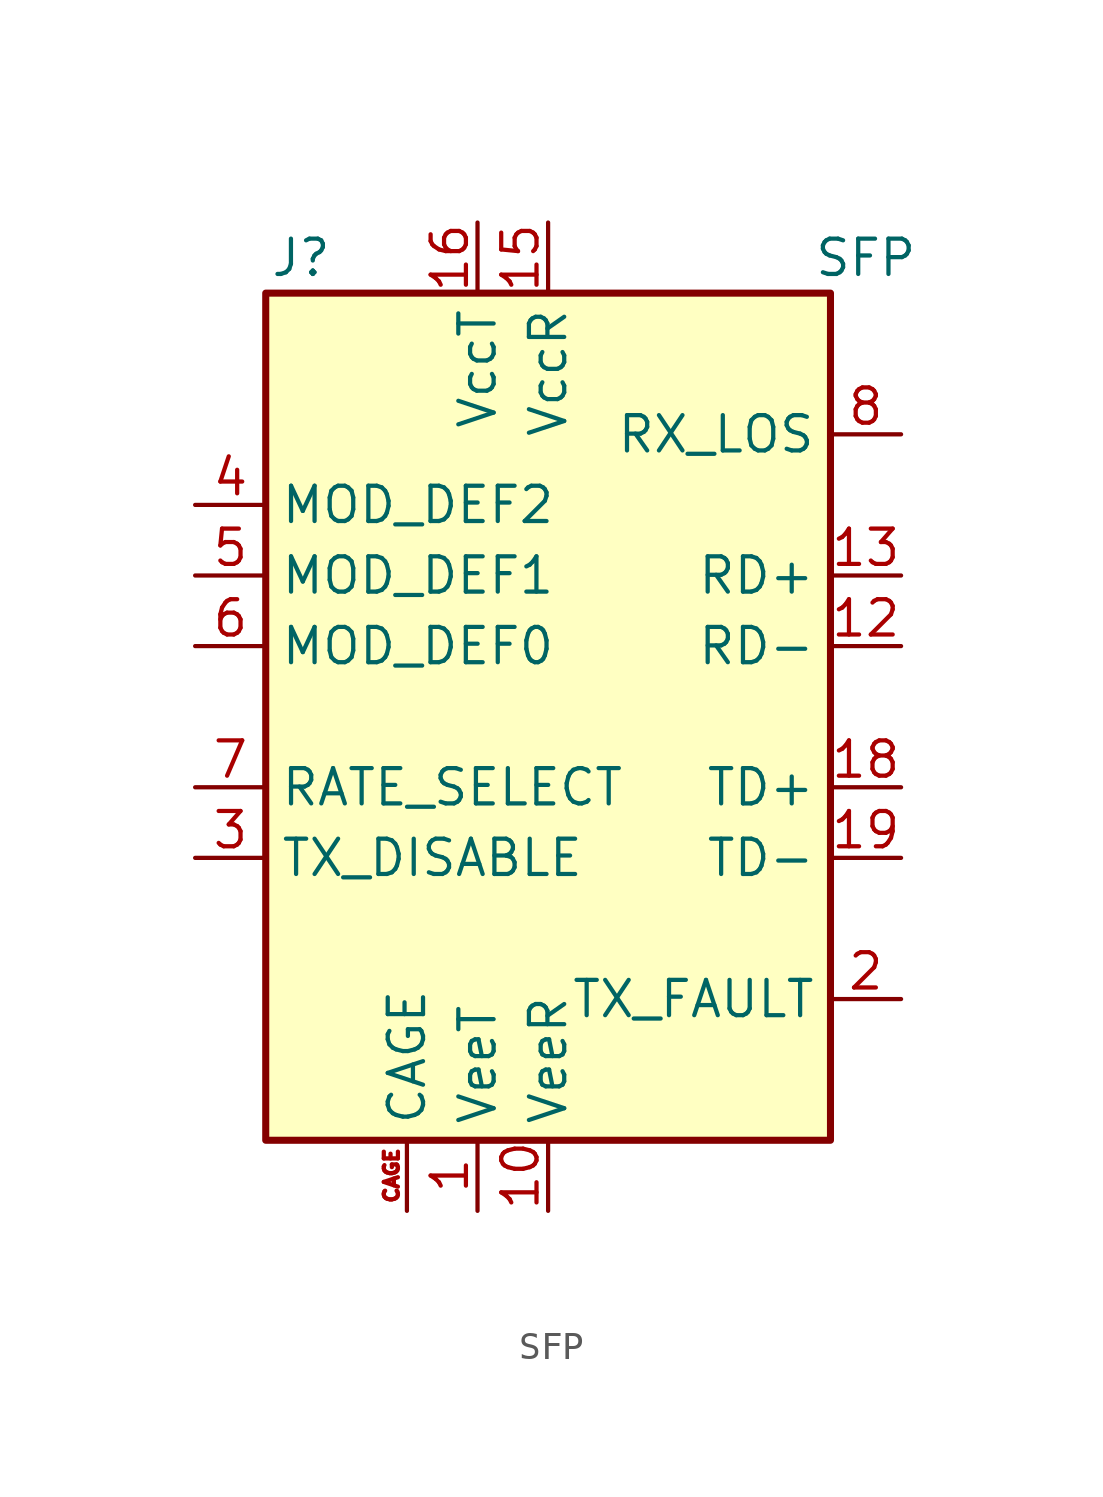
<source format=kicad_sym>
(kicad_symbol_lib
  (version 20201005)
  (generator kicad_symbol_editor)
  (symbol "Interface_Optical:SFP"
    (property "Reference" "J"
      (at -8.89 16.51 0)
      (effects (font (size 1.27 1.27))))
    (property "Value" "SFP"
      (at 11.43 16.51 0)
      (effects (font (size 1.27 1.27))))
    (symbol "SFP_0_0"
      (rectangle (start -10.16 15.24) (end 10.16 -15.24) (stroke (width 0.254)) (fill (type background))))
    (symbol "SFP_1_1"
      (pin power_in line (at -2.54 -17.78 90) (length 2.54) (name "VeeT" (effects (font (size 1.27 1.27)))) (number "1" (effects (font (size 1.27 1.27)))))
      (pin power_in line (at 0 -17.78 90) (length 2.54) (name "VeeR" (effects (font (size 1.27 1.27)))) (number "10" (effects (font (size 1.27 1.27)))))
      (pin passive line (at 0 -17.78 90) (length 2.54) hide (name "VeeR" (effects (font (size 1.27 1.27)))) (number "11" (effects (font (size 1.27 1.27)))))
      (pin output line (at 12.7 2.54 180) (length 2.54) (name "RD-" (effects (font (size 1.27 1.27)))) (number "12" (effects (font (size 1.27 1.27)))))
      (pin output line (at 12.7 5.08 180) (length 2.54) (name "RD+" (effects (font (size 1.27 1.27)))) (number "13" (effects (font (size 1.27 1.27)))))
      (pin passive line (at 0 -17.78 90) (length 2.54) hide (name "VeeR" (effects (font (size 1.27 1.27)))) (number "14" (effects (font (size 1.27 1.27)))))
      (pin power_in line (at 0 17.78 270) (length 2.54) (name "VccR" (effects (font (size 1.27 1.27)))) (number "15" (effects (font (size 1.27 1.27)))))
      (pin power_in line (at -2.54 17.78 270) (length 2.54) (name "VccT" (effects (font (size 1.27 1.27)))) (number "16" (effects (font (size 1.27 1.27)))))
      (pin passive line (at -2.54 -17.78 90) (length 2.54) hide (name "VeeT" (effects (font (size 1.27 1.27)))) (number "17" (effects (font (size 1.27 1.27)))))
      (pin input line (at 12.7 -2.54 180) (length 2.54) (name "TD+" (effects (font (size 1.27 1.27)))) (number "18" (effects (font (size 1.27 1.27)))))
      (pin input line (at 12.7 -5.08 180) (length 2.54) (name "TD-" (effects (font (size 1.27 1.27)))) (number "19" (effects (font (size 1.27 1.27)))))
      (pin open_collector line (at 12.7 -10.16 180) (length 2.54) (name "TX_FAULT" (effects (font (size 1.27 1.27)))) (number "2" (effects (font (size 1.27 1.27)))))
      (pin passive line (at -2.54 -17.78 90) (length 2.54) hide (name "VeeT" (effects (font (size 1.27 1.27)))) (number "20" (effects (font (size 1.27 1.27)))))
      (pin input line (at -12.7 -5.08 0) (length 2.54) (name "TX_DISABLE" (effects (font (size 1.27 1.27)))) (number "3" (effects (font (size 1.27 1.27)))))
      (pin bidirectional line (at -12.7 7.62 0) (length 2.54) (name "MOD_DEF2" (effects (font (size 1.27 1.27)))) (number "4" (effects (font (size 1.27 1.27)))))
      (pin input line (at -12.7 5.08 0) (length 2.54) (name "MOD_DEF1" (effects (font (size 1.27 1.27)))) (number "5" (effects (font (size 1.27 1.27)))))
      (pin passive line (at -12.7 2.54 0) (length 2.54) (name "MOD_DEF0" (effects (font (size 1.27 1.27)))) (number "6" (effects (font (size 1.27 1.27)))))
      (pin input line (at -12.7 -2.54 0) (length 2.54) (name "RATE_SELECT" (effects (font (size 1.27 1.27)))) (number "7" (effects (font (size 1.27 1.27)))))
      (pin open_collector line (at 12.7 10.16 180) (length 2.54) (name "RX_LOS" (effects (font (size 1.27 1.27)))) (number "8" (effects (font (size 1.27 1.27)))))
      (pin passive line (at 0 -17.78 90) (length 2.54) hide (name "VeeR" (effects (font (size 1.27 1.27)))) (number "9" (effects (font (size 1.27 1.27)))))
      (pin passive line (at -5.08 -17.78 90) (length 2.54) (name "CAGE" (effects (font (size 1.27 1.27)))) (number "CAGE" (effects (font (size 0.508 0.508))))))))
</source>
